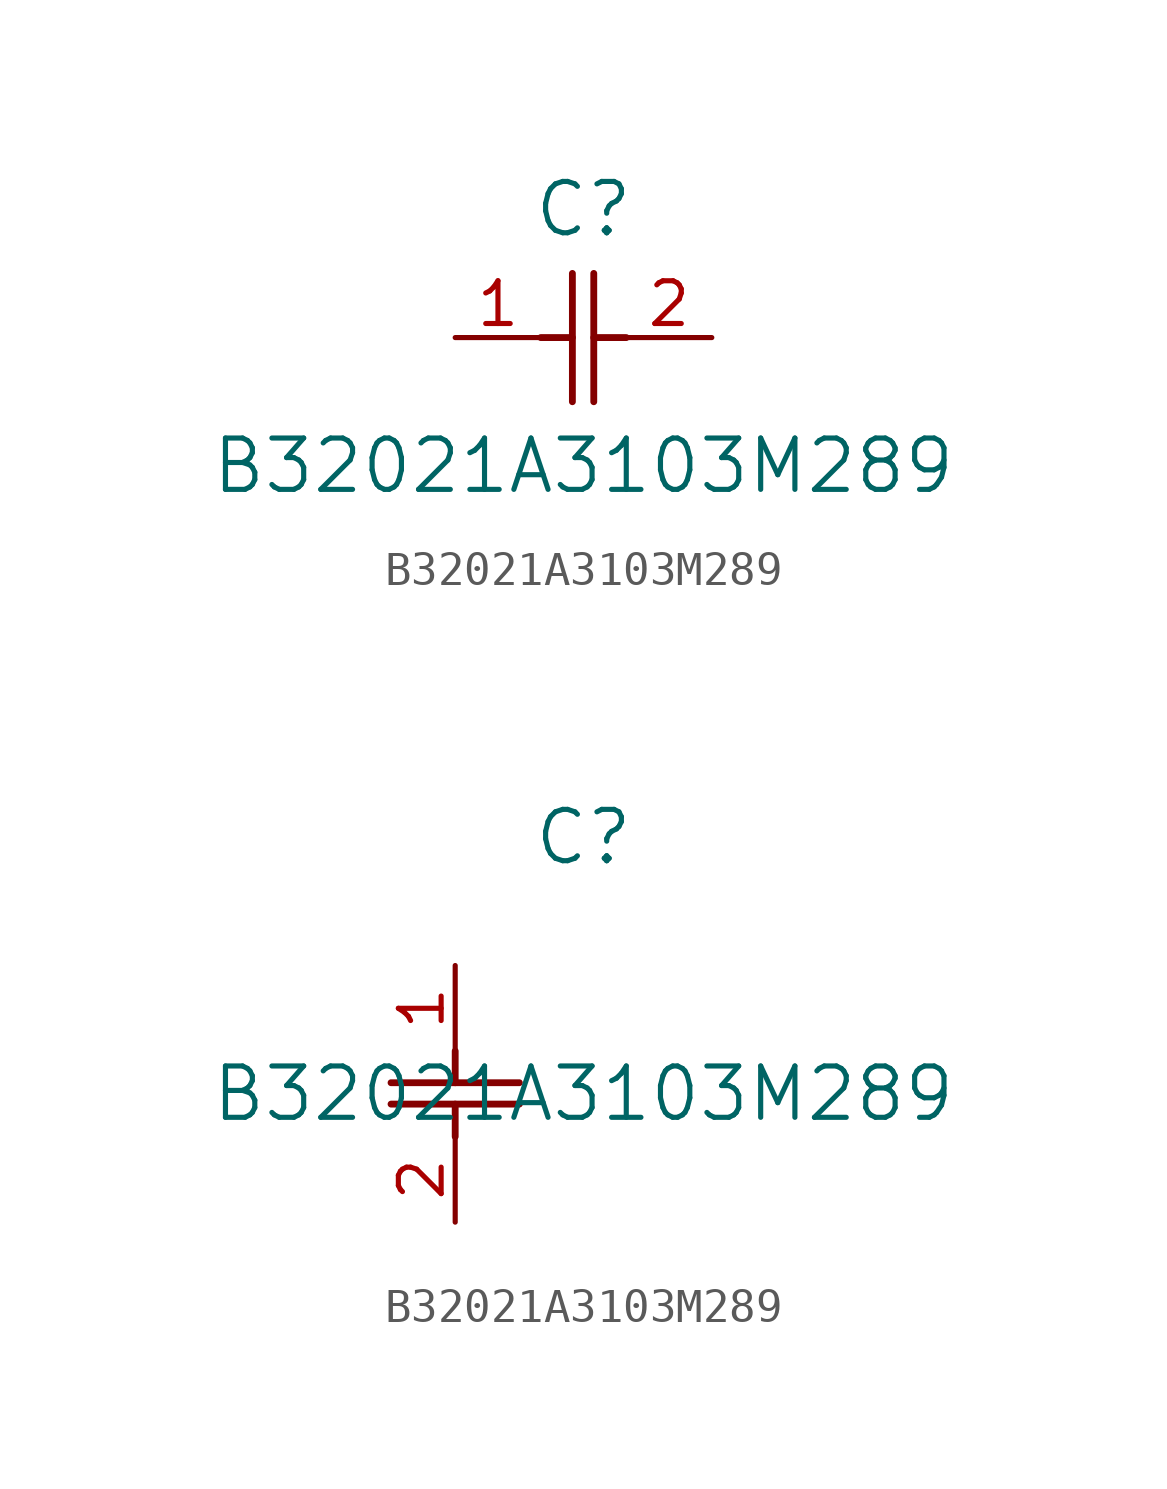
<source format=kicad_sym>
(kicad_symbol_lib
  (version 20211014)
  (generator kicad_symbol_editor)
  (symbol "B32021A3103M289"
    (pin_names
      (offset 0.254))
    (property "Reference" "C"
      (at 3.81 3.81 0)
      (effects (font (size 1.524 1.524))))
    (property "Value" "B32021A3103M289"
      (at 3.81 -3.81 0)
      (effects (font (size 1.524 1.524))))
    (symbol "B32021A3103M289_1_1"
      (polyline (pts (xy 3.48 -1.905) (xy 3.48 1.905)) (stroke (width 0.203) (type default) (color 0 0 0 0)) (fill (type none)))
      (polyline (pts (xy 4.115 -1.905) (xy 4.115 1.905)) (stroke (width 0.203) (type default) (color 0 0 0 0)) (fill (type none)))
      (polyline (pts (xy 4.115 0) (xy 5.08 0)) (stroke (width 0.203) (type default) (color 0 0 0 0)) (fill (type none)))
      (polyline (pts (xy 2.54 0) (xy 3.48 0)) (stroke (width 0.203) (type default) (color 0 0 0 0)) (fill (type none)))
      (pin unspecified line (at 0 0 0) (length 2.54) (name "" (effects (font (size 1.27 1.27)))) (number "1" (effects (font (size 1.27 1.27)))))
      (pin unspecified line (at 7.62 0 180) (length 2.54) (name "" (effects (font (size 1.27 1.27)))) (number "2" (effects (font (size 1.27 1.27))))))
    (symbol "B32021A3103M289_1_2"
      (polyline (pts (xy -1.905 -3.48) (xy 1.905 -3.48)) (stroke (width 0.203) (type default) (color 0 0 0 0)) (fill (type none)))
      (polyline (pts (xy -1.905 -4.115) (xy 1.905 -4.115)) (stroke (width 0.203) (type default) (color 0 0 0 0)) (fill (type none)))
      (polyline (pts (xy 0 -4.115) (xy 0 -5.08)) (stroke (width 0.203) (type default) (color 0 0 0 0)) (fill (type none)))
      (polyline (pts (xy 0 -2.54) (xy 0 -3.48)) (stroke (width 0.203) (type default) (color 0 0 0 0)) (fill (type none)))
      (pin unspecified line (at 0 0 270) (length 2.54) (name "" (effects (font (size 1.27 1.27)))) (number "1" (effects (font (size 1.27 1.27)))))
      (pin unspecified line (at 0 -7.62 90) (length 2.54) (name "" (effects (font (size 1.27 1.27)))) (number "2" (effects (font (size 1.27 1.27))))))))
</source>
